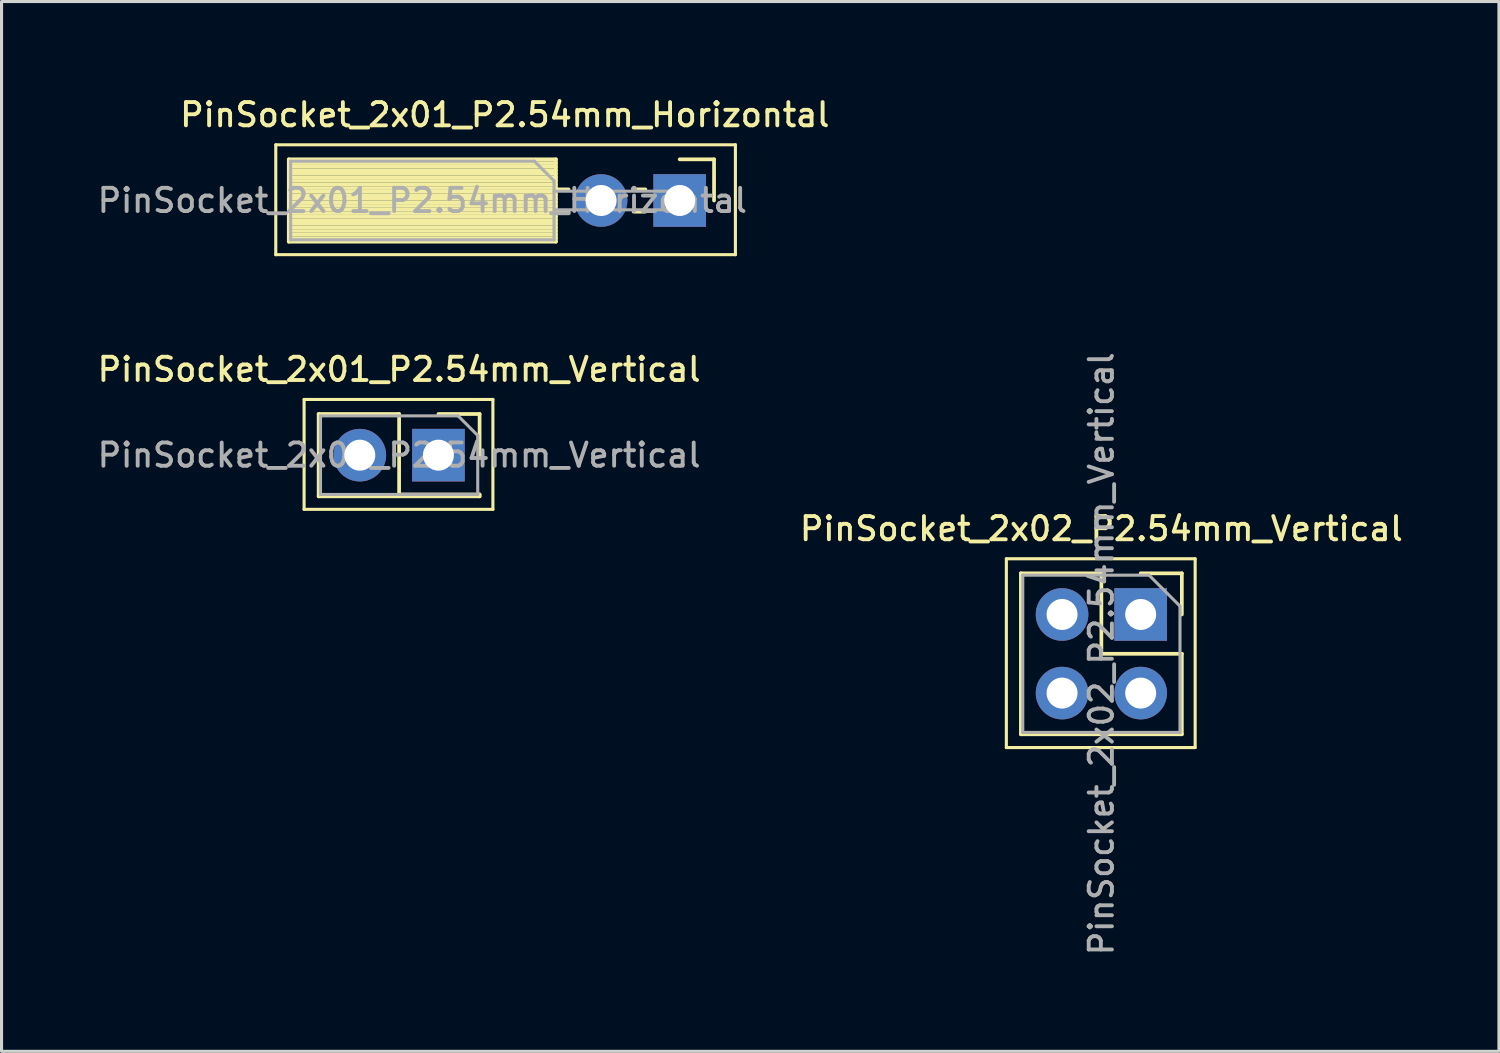
<source format=kicad_pcb>
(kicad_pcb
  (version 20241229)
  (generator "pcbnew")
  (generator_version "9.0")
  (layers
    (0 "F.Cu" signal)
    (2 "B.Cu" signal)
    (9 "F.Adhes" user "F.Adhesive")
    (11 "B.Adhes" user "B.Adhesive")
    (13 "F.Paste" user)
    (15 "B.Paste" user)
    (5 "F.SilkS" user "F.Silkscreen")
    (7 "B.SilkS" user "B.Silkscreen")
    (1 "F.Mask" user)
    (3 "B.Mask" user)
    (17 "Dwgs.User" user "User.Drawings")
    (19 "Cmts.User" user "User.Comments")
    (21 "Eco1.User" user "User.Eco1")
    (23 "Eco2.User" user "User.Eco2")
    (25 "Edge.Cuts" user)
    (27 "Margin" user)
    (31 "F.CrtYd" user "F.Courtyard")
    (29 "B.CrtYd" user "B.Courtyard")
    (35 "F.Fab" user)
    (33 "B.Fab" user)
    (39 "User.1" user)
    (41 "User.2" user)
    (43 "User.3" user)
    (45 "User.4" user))
  (footprint "PinSocket_2x01_P2.54mm_Vertical"
    (layer "F.Cu")
    (at 11.115 11.656)
    (property "Reference" "PinSocket_2x01_P2.54mm_Vertical" (at -1.27 -2.77 0) (layer "F.SilkS") (effects (font (size 0.75 0.75) (thickness 0.125))))
    (attr through_hole)
    (fp_line (start -4.34 -1.8) (end 1.76 -1.8) (stroke (width 0.1) (type solid)) (layer "F.SilkS"))
    (fp_line (start -4.34 1.75) (end -4.34 -1.8) (stroke (width 0.1) (type solid)) (layer "F.SilkS"))
    (fp_line (start -3.87 -1.33) (end -3.87 1.33) (stroke (width 0.12) (type solid)) (layer "F.SilkS"))
    (fp_line (start -3.87 -1.33) (end -1.27 -1.33) (stroke (width 0.12) (type solid)) (layer "F.SilkS"))
    (fp_line (start -3.87 1.33) (end 1.33 1.33) (stroke (width 0.12) (type solid)) (layer "F.SilkS"))
    (fp_line (start -1.27 -1.33) (end -1.27 1.27) (stroke (width 0.12) (type solid)) (layer "F.SilkS"))
    (fp_line (start -1.27 1.27) (end 1.33 1.27) (stroke (width 0.12) (type solid)) (layer "F.SilkS"))
    (fp_line (start 0 -1.33) (end 1.33 -1.33) (stroke (width 0.12) (type solid)) (layer "F.SilkS"))
    (fp_line (start 1.33 -1.33) (end 1.33 0) (stroke (width 0.12) (type solid)) (layer "F.SilkS"))
    (fp_line (start 1.33 1.27) (end 1.33 1.33) (stroke (width 0.12) (type solid)) (layer "F.SilkS"))
    (fp_line (start 1.76 -1.8) (end 1.76 1.75) (stroke (width 0.1) (type solid)) (layer "F.SilkS"))
    (fp_line (start 1.76 1.75) (end -4.34 1.75) (stroke (width 0.1) (type solid)) (layer "F.SilkS"))
    (fp_line (start -3.81 -1.27) (end 0.635 -1.27) (stroke (width 0.1) (type solid)) (layer "F.Fab"))
    (fp_line (start -3.81 1.27) (end -3.81 -1.27) (stroke (width 0.1) (type solid)) (layer "F.Fab"))
    (fp_line (start 0.635 -1.27) (end 1.27 -0.635) (stroke (width 0.1) (type solid)) (layer "F.Fab"))
    (fp_line (start 1.27 -0.635) (end 1.27 1.27) (stroke (width 0.1) (type solid)) (layer "F.Fab"))
    (fp_line (start 1.27 1.27) (end -3.81 1.27) (stroke (width 0.1) (type solid)) (layer "F.Fab"))
    (fp_text user "${REFERENCE}" (at -1.27 0 0) (layer "F.Fab") (effects (font (size 0.75 0.75) (thickness 0.125))))
    (pad "1" thru_hole rect (at 0 0) (size 1.7 1.7) (drill 1) (layers "*.Cu" "*.Mask"))
    (pad "2" thru_hole oval (at -2.54 0) (size 1.7 1.7) (drill 1) (layers "*.Cu" "*.Mask")))
  (footprint "PinSocket_2x01_P2.54mm_Horizontal"
    (layer "F.Cu")
    (at 18.91 3.428)
    (property "Reference" "PinSocket_2x01_P2.54mm_Horizontal" (at -5.65 -2.77 0) (layer "F.SilkS") (effects (font (size 0.75 0.75) (thickness 0.125))))
    (attr through_hole)
    (fp_line (start -13.05 -1.8) (end -13.05 1.75) (stroke (width 0.1) (type solid)) (layer "F.SilkS"))
    (fp_line (start -13.05 1.75) (end 1.8 1.75) (stroke (width 0.1) (type solid)) (layer "F.SilkS"))
    (fp_line (start -12.63 -1.33) (end -12.63 1.33) (stroke (width 0.12) (type solid)) (layer "F.SilkS"))
    (fp_line (start -12.63 -1.33) (end -4 -1.33) (stroke (width 0.12) (type solid)) (layer "F.SilkS"))
    (fp_line (start -12.63 -1.21) (end -4 -1.21) (stroke (width 0.12) (type solid)) (layer "F.SilkS"))
    (fp_line (start -12.63 -1.095) (end -4 -1.095) (stroke (width 0.12) (type solid)) (layer "F.SilkS"))
    (fp_line (start -12.63 -0.979) (end -4 -0.979) (stroke (width 0.12) (type solid)) (layer "F.SilkS"))
    (fp_line (start -12.63 -0.864) (end -4 -0.864) (stroke (width 0.12) (type solid)) (layer "F.SilkS"))
    (fp_line (start -12.63 -0.748) (end -4 -0.748) (stroke (width 0.12) (type solid)) (layer "F.SilkS"))
    (fp_line (start -12.63 -0.633) (end -4 -0.633) (stroke (width 0.12) (type solid)) (layer "F.SilkS"))
    (fp_line (start -12.63 -0.517) (end -4 -0.517) (stroke (width 0.12) (type solid)) (layer "F.SilkS"))
    (fp_line (start -12.63 -0.402) (end -4 -0.402) (stroke (width 0.12) (type solid)) (layer "F.SilkS"))
    (fp_line (start -12.63 -0.286) (end -4 -0.286) (stroke (width 0.12) (type solid)) (layer "F.SilkS"))
    (fp_line (start -12.63 -0.171) (end -4 -0.171) (stroke (width 0.12) (type solid)) (layer "F.SilkS"))
    (fp_line (start -12.63 -0.055) (end -4 -0.055) (stroke (width 0.12) (type solid)) (layer "F.SilkS"))
    (fp_line (start -12.63 0.06) (end -4 0.06) (stroke (width 0.12) (type solid)) (layer "F.SilkS"))
    (fp_line (start -12.63 0.175) (end -4 0.175) (stroke (width 0.12) (type solid)) (layer "F.SilkS"))
    (fp_line (start -12.63 0.291) (end -4 0.291) (stroke (width 0.12) (type solid)) (layer "F.SilkS"))
    (fp_line (start -12.63 0.406) (end -4 0.406) (stroke (width 0.12) (type solid)) (layer "F.SilkS"))
    (fp_line (start -12.63 0.522) (end -4 0.522) (stroke (width 0.12) (type solid)) (layer "F.SilkS"))
    (fp_line (start -12.63 0.637) (end -4 0.637) (stroke (width 0.12) (type solid)) (layer "F.SilkS"))
    (fp_line (start -12.63 0.753) (end -4 0.753) (stroke (width 0.12) (type solid)) (layer "F.SilkS"))
    (fp_line (start -12.63 0.868) (end -4 0.868) (stroke (width 0.12) (type solid)) (layer "F.SilkS"))
    (fp_line (start -12.63 0.984) (end -4 0.984) (stroke (width 0.12) (type solid)) (layer "F.SilkS"))
    (fp_line (start -12.63 1.099) (end -4 1.099) (stroke (width 0.12) (type solid)) (layer "F.SilkS"))
    (fp_line (start -12.63 1.215) (end -4 1.215) (stroke (width 0.12) (type solid)) (layer "F.SilkS"))
    (fp_line (start -12.63 1.33) (end -4 1.33) (stroke (width 0.12) (type solid)) (layer "F.SilkS"))
    (fp_line (start -4 -1.33) (end -4 1.33) (stroke (width 0.12) (type solid)) (layer "F.SilkS"))
    (fp_line (start -4 -0.36) (end -3.59 -0.36) (stroke (width 0.12) (type solid)) (layer "F.SilkS"))
    (fp_line (start -4 0.36) (end -3.59 0.36) (stroke (width 0.12) (type solid)) (layer "F.SilkS"))
    (fp_line (start -1.49 -0.36) (end -1.11 -0.36) (stroke (width 0.12) (type solid)) (layer "F.SilkS"))
    (fp_line (start -1.49 0.36) (end -1.11 0.36) (stroke (width 0.12) (type solid)) (layer "F.SilkS"))
    (fp_line (start 0 -1.33) (end 1.11 -1.33) (stroke (width 0.12) (type solid)) (layer "F.SilkS"))
    (fp_line (start 1.11 -1.33) (end 1.11 0) (stroke (width 0.12) (type solid)) (layer "F.SilkS"))
    (fp_line (start 1.8 -1.8) (end -13.05 -1.8) (stroke (width 0.1) (type solid)) (layer "F.SilkS"))
    (fp_line (start 1.8 1.75) (end 1.8 -1.8) (stroke (width 0.1) (type solid)) (layer "F.SilkS"))
    (fp_line (start -12.57 -1.27) (end -4.695 -1.27) (stroke (width 0.1) (type solid)) (layer "F.Fab"))
    (fp_line (start -12.57 1.27) (end -12.57 -1.27) (stroke (width 0.1) (type solid)) (layer "F.Fab"))
    (fp_line (start -4.695 -1.27) (end -4.06 -0.635) (stroke (width 0.1) (type solid)) (layer "F.Fab"))
    (fp_line (start -4.06 -0.635) (end -4.06 1.27) (stroke (width 0.1) (type solid)) (layer "F.Fab"))
    (fp_line (start -4.06 0.3) (end 0 0.3) (stroke (width 0.1) (type solid)) (layer "F.Fab"))
    (fp_line (start -4.06 1.27) (end -12.57 1.27) (stroke (width 0.1) (type solid)) (layer "F.Fab"))
    (fp_line (start 0 -0.3) (end -4.06 -0.3) (stroke (width 0.1) (type solid)) (layer "F.Fab"))
    (fp_line (start 0 0.3) (end 0 -0.3) (stroke (width 0.1) (type solid)) (layer "F.Fab"))
    (fp_text user "${REFERENCE}" (at -8.315 0 0) (layer "F.Fab") (effects (font (size 0.75 0.75) (thickness 0.125))))
    (pad "1" thru_hole rect (at 0 0) (size 1.7 1.7) (drill 1) (layers "*.Cu" "*.Mask"))
    (pad "2" thru_hole oval (at -2.54 0) (size 1.7 1.7) (drill 1) (layers "*.Cu" "*.Mask")))
  (footprint "PinSocket_2x02_P2.54mm_Vertical"
    (layer "F.Cu")
    (at 33.804 16.803)
    (property "Reference" "PinSocket_2x02_P2.54mm_Vertical" (at -1.27 -2.77 0) (layer "F.SilkS") (effects (font (size 0.75 0.75) (thickness 0.125))))
    (attr through_hole)
    (fp_line (start -4.34 -1.8) (end 1.76 -1.8) (stroke (width 0.1) (type solid)) (layer "F.SilkS"))
    (fp_line (start -4.34 4.3) (end -4.34 -1.8) (stroke (width 0.1) (type solid)) (layer "F.SilkS"))
    (fp_line (start -3.87 -1.33) (end -3.87 3.87) (stroke (width 0.12) (type solid)) (layer "F.SilkS"))
    (fp_line (start -3.87 -1.33) (end -1.27 -1.33) (stroke (width 0.12) (type solid)) (layer "F.SilkS"))
    (fp_line (start -3.87 3.87) (end 1.33 3.87) (stroke (width 0.12) (type solid)) (layer "F.SilkS"))
    (fp_line (start -1.27 -1.33) (end -1.27 1.27) (stroke (width 0.12) (type solid)) (layer "F.SilkS"))
    (fp_line (start -1.27 1.27) (end 1.33 1.27) (stroke (width 0.12) (type solid)) (layer "F.SilkS"))
    (fp_line (start 0 -1.33) (end 1.33 -1.33) (stroke (width 0.12) (type solid)) (layer "F.SilkS"))
    (fp_line (start 1.33 -1.33) (end 1.33 0) (stroke (width 0.12) (type solid)) (layer "F.SilkS"))
    (fp_line (start 1.33 1.27) (end 1.33 3.87) (stroke (width 0.12) (type solid)) (layer "F.SilkS"))
    (fp_line (start 1.76 -1.8) (end 1.76 4.3) (stroke (width 0.1) (type solid)) (layer "F.SilkS"))
    (fp_line (start 1.76 4.3) (end -4.34 4.3) (stroke (width 0.1) (type solid)) (layer "F.SilkS"))
    (fp_line (start -3.81 -1.27) (end 0.27 -1.27) (stroke (width 0.1) (type solid)) (layer "F.Fab"))
    (fp_line (start -3.81 3.81) (end -3.81 -1.27) (stroke (width 0.1) (type solid)) (layer "F.Fab"))
    (fp_line (start 0.27 -1.27) (end 1.27 -0.27) (stroke (width 0.1) (type solid)) (layer "F.Fab"))
    (fp_line (start 1.27 -0.27) (end 1.27 3.81) (stroke (width 0.1) (type solid)) (layer "F.Fab"))
    (fp_line (start 1.27 3.81) (end -3.81 3.81) (stroke (width 0.1) (type solid)) (layer "F.Fab"))
    (fp_text user "${REFERENCE}" (at -1.27 1.27 90) (layer "F.Fab") (effects (font (size 0.75 0.75) (thickness 0.125))))
    (pad "1" thru_hole rect (at 0 0) (size 1.7 1.7) (drill 1) (layers "*.Cu" "*.Mask"))
    (pad "2" thru_hole oval (at -2.54 0) (size 1.7 1.7) (drill 1) (layers "*.Cu" "*.Mask"))
    (pad "3" thru_hole oval (at 0 2.54) (size 1.7 1.7) (drill 1) (layers "*.Cu" "*.Mask"))
    (pad "4" thru_hole oval (at -2.54 2.54) (size 1.7 1.7) (drill 1) (layers "*.Cu" "*.Mask")))
  (gr_rect
    (start -3 -3)
    (end 45.379 30.917)
    (stroke (width 0.1) (type default))
    (fill no)
    (layer "Edge.Cuts")))
</source>
